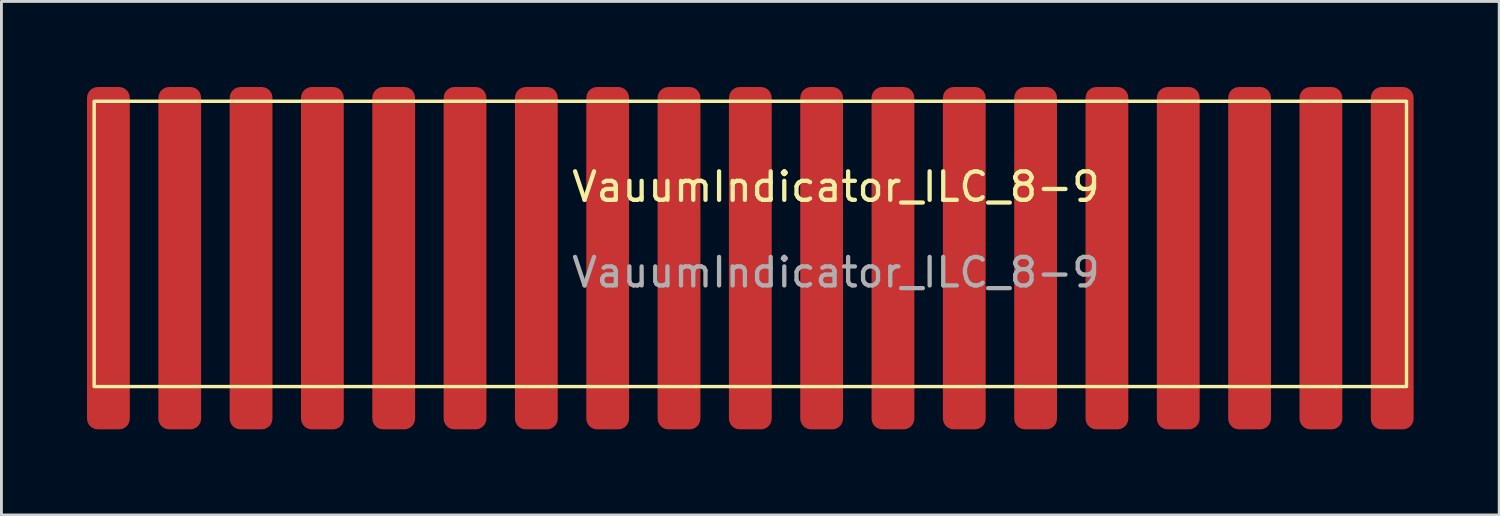
<source format=kicad_pcb>
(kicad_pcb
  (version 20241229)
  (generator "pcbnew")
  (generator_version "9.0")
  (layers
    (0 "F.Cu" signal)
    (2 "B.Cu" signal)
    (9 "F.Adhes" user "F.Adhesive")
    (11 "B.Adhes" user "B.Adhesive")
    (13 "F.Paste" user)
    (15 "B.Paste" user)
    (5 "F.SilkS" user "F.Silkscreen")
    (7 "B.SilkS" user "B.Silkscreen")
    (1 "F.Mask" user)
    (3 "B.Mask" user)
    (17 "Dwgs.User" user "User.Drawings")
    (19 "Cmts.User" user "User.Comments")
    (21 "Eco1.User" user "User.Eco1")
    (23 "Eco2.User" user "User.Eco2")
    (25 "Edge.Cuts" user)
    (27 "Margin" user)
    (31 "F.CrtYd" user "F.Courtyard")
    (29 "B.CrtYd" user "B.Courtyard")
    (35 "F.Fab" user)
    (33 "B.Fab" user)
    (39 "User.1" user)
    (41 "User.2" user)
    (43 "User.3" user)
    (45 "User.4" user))
  (footprint "VauumIndicator_ILC_8-9"
    (layer "F.Cu")
    (at 23.25 7.5)
    (property "Reference" "VauumIndicator_ILC_8-9" (at 3 -4 0) (unlocked yes) (layer "F.SilkS") (effects (font (size 1 1) (thickness 0.15))))
    (attr smd)
    (fp_rect (start -23 3) (end 23 -7) (stroke (width 0.12) (type solid)) (fill no) (layer "F.SilkS"))
    (fp_text user "${REFERENCE}" (at 3 -1 0) (unlocked yes) (layer "F.Fab") (effects (font (size 1 1) (thickness 0.15))))
    (pad "1" smd roundrect (at -22.5 -1.5) (size 1.5 12) (layers "F.Cu" "F.Mask" "F.Paste") (roundrect_rratio 0.25))
    (pad "2" smd roundrect (at 22.5 -1.5) (size 1.5 12) (layers "F.Cu" "F.Mask" "F.Paste") (roundrect_rratio 0.25))
    (pad "3" smd roundrect (at -17.5 -1.5) (size 1.5 12) (layers "F.Cu" "F.Mask" "F.Paste") (roundrect_rratio 0.25))
    (pad "4" smd roundrect (at -12.5 -1.5) (size 1.5 12) (layers "F.Cu" "F.Mask" "F.Paste") (roundrect_rratio 0.25))
    (pad "5" smd roundrect (at -7.5 -1.5) (size 1.5 12) (layers "F.Cu" "F.Mask" "F.Paste") (roundrect_rratio 0.25))
    (pad "6" smd roundrect (at -5 -1.5) (size 1.5 12) (layers "F.Cu" "F.Mask" "F.Paste") (roundrect_rratio 0.25))
    (pad "7" smd roundrect (at 0 -1.5) (size 1.5 12) (layers "F.Cu" "F.Mask" "F.Paste") (roundrect_rratio 0.25))
    (pad "8" smd roundrect (at 2.5 -1.5) (size 1.5 12) (layers "F.Cu" "F.Mask" "F.Paste") (roundrect_rratio 0.25))
    (pad "9" smd roundrect (at 7.5 -1.5) (size 1.5 12) (layers "F.Cu" "F.Mask" "F.Paste") (roundrect_rratio 0.25))
    (pad "10" smd roundrect (at 12.5 -1.5) (size 1.5 12) (layers "F.Cu" "F.Mask" "F.Paste") (roundrect_rratio 0.25))
    (pad "11" smd roundrect (at 15 -1.5) (size 1.5 12) (layers "F.Cu" "F.Mask" "F.Paste") (roundrect_rratio 0.25))
    (pad "12" smd roundrect (at -20 -1.5) (size 1.5 12) (layers "F.Cu" "F.Mask" "F.Paste") (roundrect_rratio 0.25))
    (pad "13" smd roundrect (at -15 -1.5) (size 1.5 12) (layers "F.Cu" "F.Mask" "F.Paste") (roundrect_rratio 0.25))
    (pad "14" smd roundrect (at -10 -1.5) (size 1.5 12) (layers "F.Cu" "F.Mask" "F.Paste") (roundrect_rratio 0.25))
    (pad "15" smd roundrect (at -2.5 -1.5) (size 1.5 12) (layers "F.Cu" "F.Mask" "F.Paste") (roundrect_rratio 0.25))
    (pad "16" smd roundrect (at 5 -1.5) (size 1.5 12) (layers "F.Cu" "F.Mask" "F.Paste") (roundrect_rratio 0.25))
    (pad "17" smd roundrect (at 10 -1.5) (size 1.5 12) (layers "F.Cu" "F.Mask" "F.Paste") (roundrect_rratio 0.25))
    (pad "18" smd roundrect (at 17.5 -1.5) (size 1.5 12) (layers "F.Cu" "F.Mask" "F.Paste") (roundrect_rratio 0.25))
    (pad "19" smd roundrect (at 20 -1.5) (size 1.5 12) (layers "F.Cu" "F.Mask" "F.Paste") (roundrect_rratio 0.25)))
  (gr_rect
    (start -3 -3)
    (end 49.5 15)
    (stroke (width 0.1) (type default))
    (fill no)
    (layer "Edge.Cuts")))
</source>
